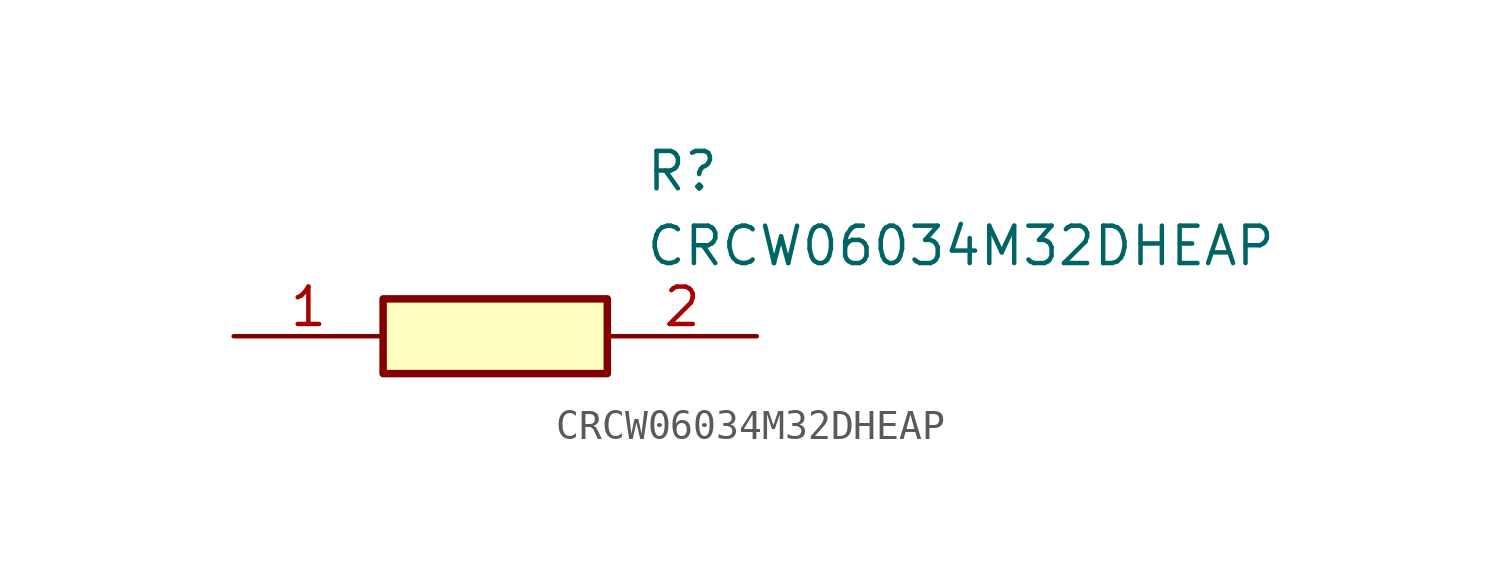
<source format=kicad_sym>
(kicad_symbol_lib
  (version 20211014)
  (generator SamacSys_ECAD_Model)
  (symbol "CRCW06034M32DHEAP"
    (pin_names hide)
    (property "Reference" "R"
      (at 13.97 6.35 0)
      (effects (font (size 1.27 1.27)) (justify left top)))
    (property "Value" "CRCW06034M32DHEAP"
      (at 13.97 3.81 0)
      (effects (font (size 1.27 1.27)) (justify left top)))
    (rectangle
      (start 5.08 1.27)
      (end 12.7 -1.27)
      (stroke (width 0.254) (type default))
      (fill (type background)))
    (pin passive line
      (at 0 0 0)
      (length 5.08)
      (name "1" (effects (font (size 1.27 1.27))))
      (number "1" (effects (font (size 1.27 1.27)))))
    (pin passive line
      (at 17.78 0 180)
      (length 5.08)
      (name "2" (effects (font (size 1.27 1.27))))
      (number "2" (effects (font (size 1.27 1.27)))))))
</source>
